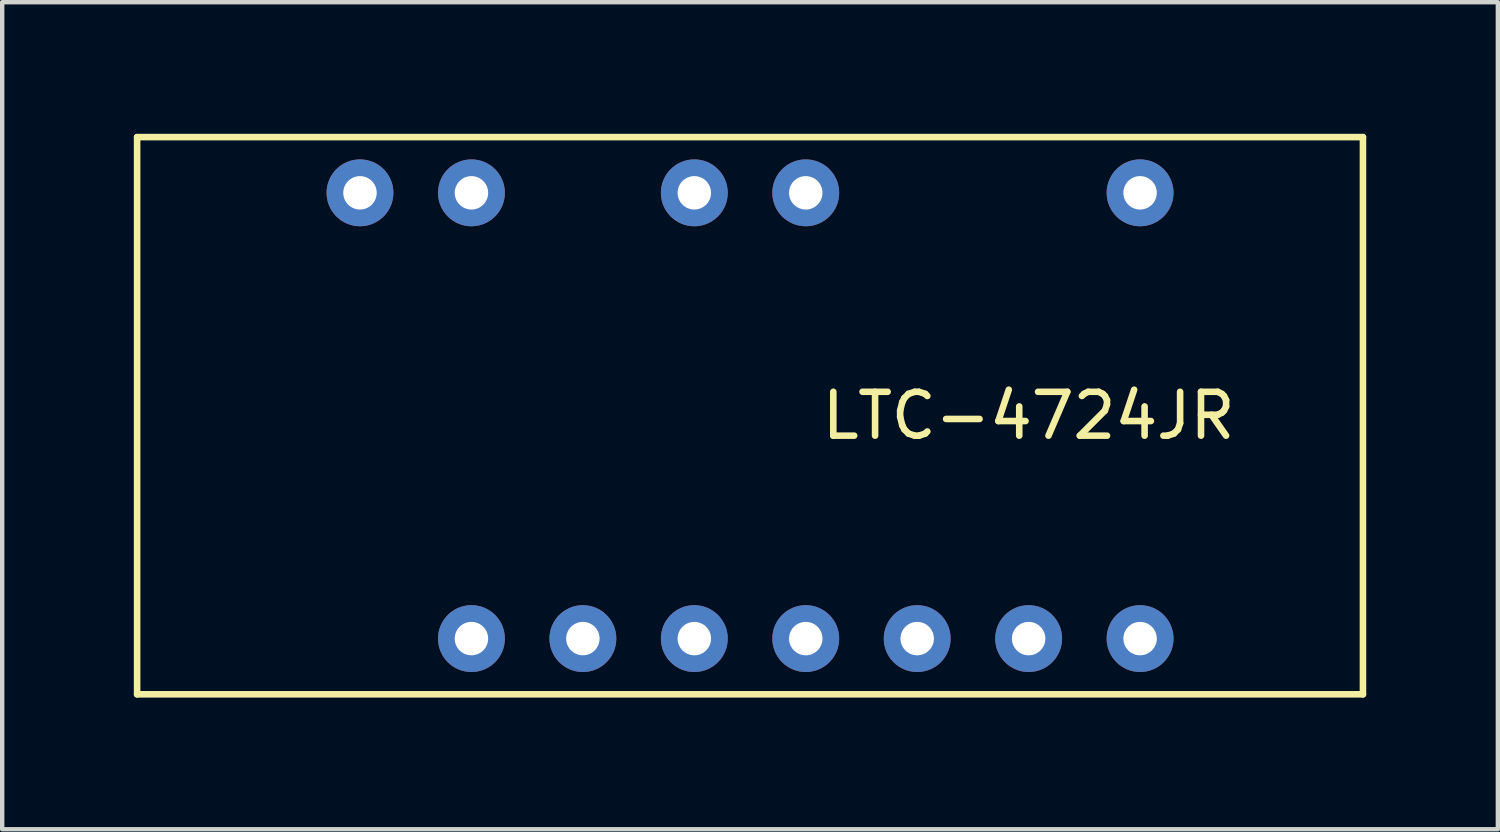
<source format=kicad_pcb>
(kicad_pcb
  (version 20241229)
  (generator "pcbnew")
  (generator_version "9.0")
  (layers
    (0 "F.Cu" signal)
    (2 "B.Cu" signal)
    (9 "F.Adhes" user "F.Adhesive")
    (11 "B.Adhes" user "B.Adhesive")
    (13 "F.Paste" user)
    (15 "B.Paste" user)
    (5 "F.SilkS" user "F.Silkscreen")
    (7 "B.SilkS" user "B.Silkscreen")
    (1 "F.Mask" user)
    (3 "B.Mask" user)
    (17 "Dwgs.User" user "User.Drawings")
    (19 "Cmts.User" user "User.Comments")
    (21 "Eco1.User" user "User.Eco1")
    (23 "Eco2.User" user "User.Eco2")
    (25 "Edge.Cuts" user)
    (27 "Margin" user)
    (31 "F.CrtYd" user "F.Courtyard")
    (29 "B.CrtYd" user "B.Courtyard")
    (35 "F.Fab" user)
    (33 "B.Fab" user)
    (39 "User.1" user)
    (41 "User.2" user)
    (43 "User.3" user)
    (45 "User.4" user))
  (footprint "LTC-4724JR"
    (layer "F.Cu")
    (at 15.315 7.695)
    (property "Reference" "LTC-4724JR" (at 5.08 -1.27 0) (layer "F.SilkS") (effects (font (size 1 1) (thickness 0.15))))
    (attr through_hole)
    (fp_line (start -15.24 -7.62) (end -15.24 5.08) (stroke (width 0.15) (type solid)) (layer "F.SilkS"))
    (fp_line (start -15.24 5.08) (end 12.7 5.08) (stroke (width 0.15) (type solid)) (layer "F.SilkS"))
    (fp_line (start 12.7 -7.62) (end -15.24 -7.62) (stroke (width 0.15) (type solid)) (layer "F.SilkS"))
    (fp_line (start 12.7 5.08) (end 12.7 -7.62) (stroke (width 0.15) (type solid)) (layer "F.SilkS"))
    (pad "1" thru_hole circle (at -7.62 3.81) (size 1.524 1.524) (drill 0.762) (layers "*.Cu" "*.Mask"))
    (pad "2" thru_hole circle (at -5.08 3.81) (size 1.524 1.524) (drill 0.762) (layers "*.Cu" "*.Mask"))
    (pad "3" thru_hole circle (at -2.54 3.81) (size 1.524 1.524) (drill 0.762) (layers "*.Cu" "*.Mask"))
    (pad "4" thru_hole circle (at 0 3.81) (size 1.524 1.524) (drill 0.762) (layers "*.Cu" "*.Mask"))
    (pad "5" thru_hole circle (at 2.54 3.81) (size 1.524 1.524) (drill 0.762) (layers "*.Cu" "*.Mask"))
    (pad "6" thru_hole circle (at 5.08 3.81) (size 1.524 1.524) (drill 0.762) (layers "*.Cu" "*.Mask"))
    (pad "7" thru_hole circle (at 7.62 3.81) (size 1.524 1.524) (drill 0.762) (layers "*.Cu" "*.Mask"))
    (pad "8" thru_hole circle (at 7.62 -6.35) (size 1.524 1.524) (drill 0.762) (layers "*.Cu" "*.Mask"))
    (pad "11" thru_hole circle (at 0 -6.35) (size 1.524 1.524) (drill 0.762) (layers "*.Cu" "*.Mask"))
    (pad "12" thru_hole circle (at -2.54 -6.35) (size 1.524 1.524) (drill 0.762) (layers "*.Cu" "*.Mask"))
    (pad "14" thru_hole circle (at -7.62 -6.35) (size 1.524 1.524) (drill 0.762) (layers "*.Cu" "*.Mask"))
    (pad "15" thru_hole circle (at -10.16 -6.35) (size 1.524 1.524) (drill 0.762) (layers "*.Cu" "*.Mask")))
  (gr_rect
    (start -3 -3)
    (end 31.09 15.85)
    (stroke (width 0.1) (type default))
    (fill no)
    (layer "Edge.Cuts")))
</source>
